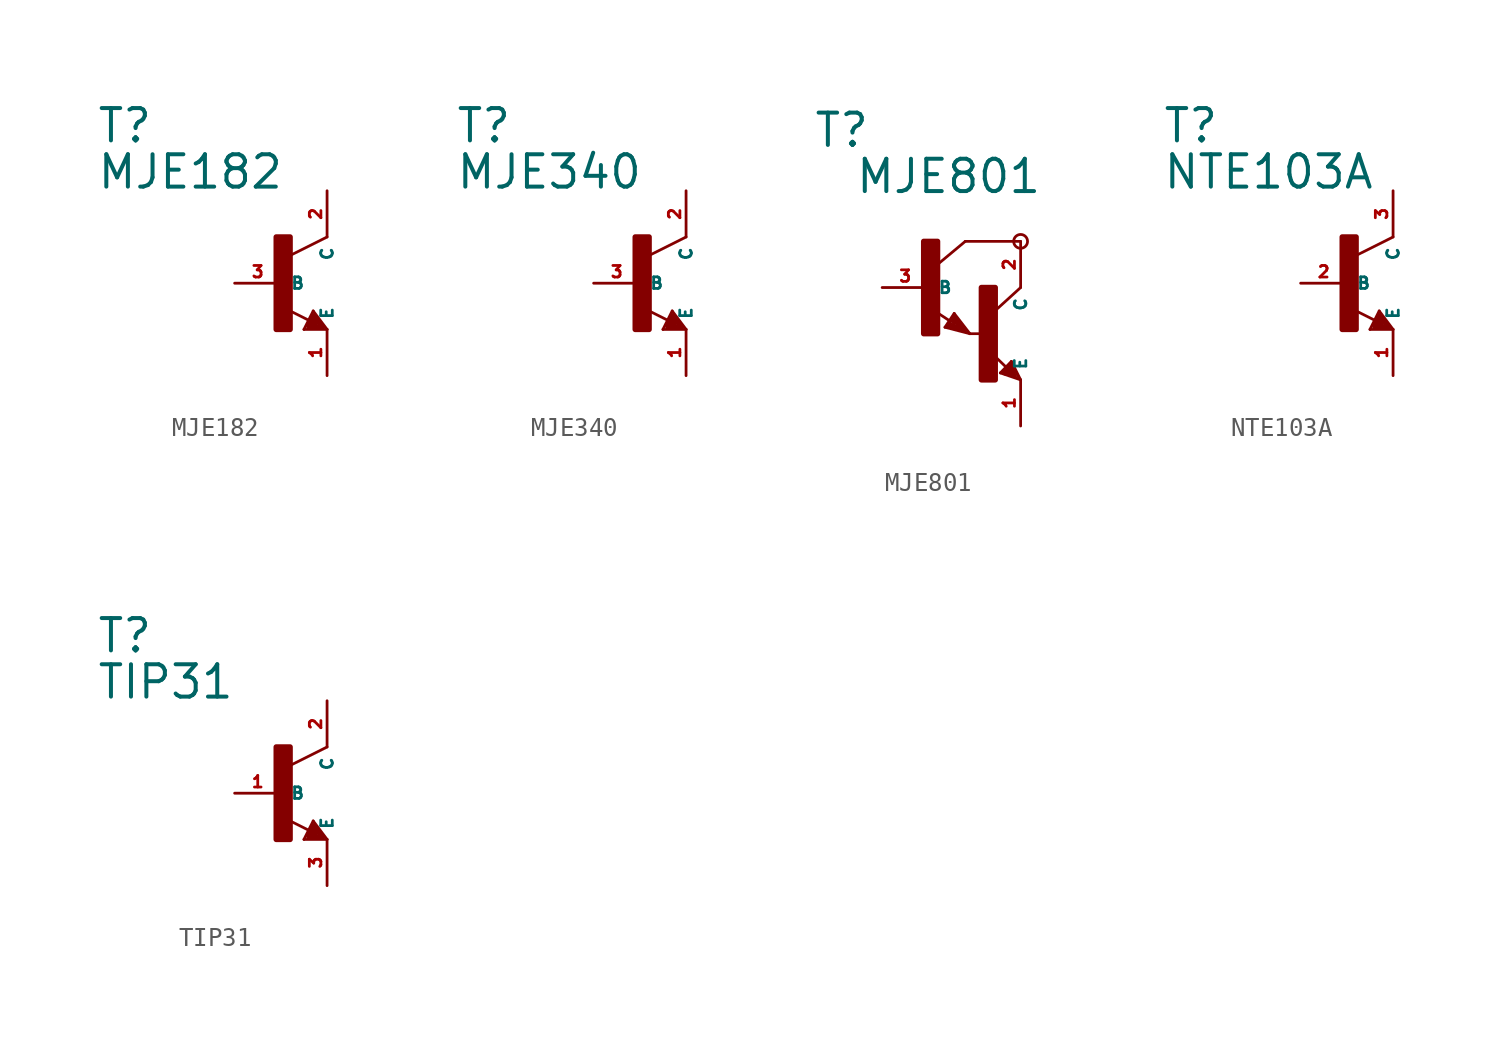
<source format=kicad_sym>
(kicad_symbol_lib
  (version 20220914)
  (generator Eagle2Kicad)
  (symbol "MJE182"
    (property "Reference" "T"
      (at -10.16 7.62 0)
      (effects (font (size 1.778 1.778) (thickness 0.22)) (justify left bottom)))
    (property "Value" "MJE182"
      (at -10.16 5.08 0)
      (effects (font (size 1.778 1.778) (thickness 0.22)) (justify left bottom)))
    (polyline
      (pts (xy 2.54 2.54) (xy 0.508 1.524))
      (stroke (width 0.152) (type default))
      (fill (type none)))
    (polyline
      (pts (xy 1.778 -1.524) (xy 2.54 -2.54))
      (stroke (width 0.152) (type default))
      (fill (type none)))
    (polyline
      (pts (xy 2.54 -2.54) (xy 1.27 -2.54))
      (stroke (width 0.152) (type default))
      (fill (type none)))
    (polyline
      (pts (xy 1.27 -2.54) (xy 1.778 -1.524))
      (stroke (width 0.152) (type default))
      (fill (type none)))
    (polyline
      (pts (xy 1.54 -2.04) (xy 0.308 -1.424))
      (stroke (width 0.152) (type default))
      (fill (type none)))
    (polyline
      (pts (xy 1.524 -2.413) (xy 2.286 -2.413))
      (stroke (width 0.254) (type default))
      (fill (type none)))
    (polyline
      (pts (xy 2.286 -2.413) (xy 1.778 -1.778))
      (stroke (width 0.254) (type default))
      (fill (type none)))
    (polyline
      (pts (xy 1.778 -1.778) (xy 1.524 -2.286))
      (stroke (width 0.254) (type default))
      (fill (type none)))
    (polyline
      (pts (xy 1.524 -2.286) (xy 1.905 -2.286))
      (stroke (width 0.254) (type default))
      (fill (type none)))
    (polyline
      (pts (xy 1.905 -2.286) (xy 1.778 -2.032))
      (stroke (width 0.254) (type default))
      (fill (type none)))
    (rectangle
      (start -0.254 -2.54)
      (end 0.508 2.54)
      (stroke (width 0.3) (type default))
      (fill (type outline)))
    (pin passive line
      (at -2.54 0 0)
      (length 2.54)
      (name "B" (effects (font (size 0.635 0.635) (thickness 0.08)) (justify left bottom)))
      (number "3" (effects (font (size 0.635 0.635) (thickness 0.08)) (justify left bottom))))
    (pin passive line
      (at 2.54 -5.08 90)
      (length 2.54)
      (name "E" (effects (font (size 0.635 0.635) (thickness 0.08)) (justify left bottom)))
      (number "1" (effects (font (size 0.635 0.635) (thickness 0.08)) (justify left bottom))))
    (pin passive line
      (at 2.54 5.08 270)
      (length 2.54)
      (name "C" (effects (font (size 0.635 0.635) (thickness 0.08)) (justify left bottom)))
      (number "2" (effects (font (size 0.635 0.635) (thickness 0.08)) (justify left bottom)))))
  (symbol "MJE340"
    (property "Reference" "T"
      (at -10.16 7.62 0)
      (effects (font (size 1.778 1.778) (thickness 0.22)) (justify left bottom)))
    (property "Value" "MJE340"
      (at -10.16 5.08 0)
      (effects (font (size 1.778 1.778) (thickness 0.22)) (justify left bottom)))
    (polyline
      (pts (xy 2.54 2.54) (xy 0.508 1.524))
      (stroke (width 0.152) (type default))
      (fill (type none)))
    (polyline
      (pts (xy 1.778 -1.524) (xy 2.54 -2.54))
      (stroke (width 0.152) (type default))
      (fill (type none)))
    (polyline
      (pts (xy 2.54 -2.54) (xy 1.27 -2.54))
      (stroke (width 0.152) (type default))
      (fill (type none)))
    (polyline
      (pts (xy 1.27 -2.54) (xy 1.778 -1.524))
      (stroke (width 0.152) (type default))
      (fill (type none)))
    (polyline
      (pts (xy 1.54 -2.04) (xy 0.308 -1.424))
      (stroke (width 0.152) (type default))
      (fill (type none)))
    (polyline
      (pts (xy 1.524 -2.413) (xy 2.286 -2.413))
      (stroke (width 0.254) (type default))
      (fill (type none)))
    (polyline
      (pts (xy 2.286 -2.413) (xy 1.778 -1.778))
      (stroke (width 0.254) (type default))
      (fill (type none)))
    (polyline
      (pts (xy 1.778 -1.778) (xy 1.524 -2.286))
      (stroke (width 0.254) (type default))
      (fill (type none)))
    (polyline
      (pts (xy 1.524 -2.286) (xy 1.905 -2.286))
      (stroke (width 0.254) (type default))
      (fill (type none)))
    (polyline
      (pts (xy 1.905 -2.286) (xy 1.778 -2.032))
      (stroke (width 0.254) (type default))
      (fill (type none)))
    (rectangle
      (start -0.254 -2.54)
      (end 0.508 2.54)
      (stroke (width 0.3) (type default))
      (fill (type outline)))
    (pin passive line
      (at -2.54 0 0)
      (length 2.54)
      (name "B" (effects (font (size 0.635 0.635) (thickness 0.08)) (justify left bottom)))
      (number "3" (effects (font (size 0.635 0.635) (thickness 0.08)) (justify left bottom))))
    (pin passive line
      (at 2.54 -5.08 90)
      (length 2.54)
      (name "E" (effects (font (size 0.635 0.635) (thickness 0.08)) (justify left bottom)))
      (number "1" (effects (font (size 0.635 0.635) (thickness 0.08)) (justify left bottom))))
    (pin passive line
      (at 2.54 5.08 270)
      (length 2.54)
      (name "C" (effects (font (size 0.635 0.635) (thickness 0.08)) (justify left bottom)))
      (number "2" (effects (font (size 0.635 0.635) (thickness 0.08)) (justify left bottom)))))
  (symbol "MJE801"
    (property "Reference" "T"
      (at -6.35 7.62 0)
      (effects (font (size 1.778 1.778) (thickness 0.22)) (justify left bottom)))
    (property "Value" "MJE801"
      (at -4.064 5.08 0)
      (effects (font (size 1.778 1.778) (thickness 0.22)) (justify left bottom)))
    (polyline
      (pts (xy 5.08 2.54) (xy 2.032 2.54))
      (stroke (width 0.152) (type default))
      (fill (type none)))
    (polyline
      (pts (xy 1.424 -1.424) (xy 2.286 -2.54))
      (stroke (width 0.152) (type default))
      (fill (type none)))
    (polyline
      (pts (xy 2.921 -2.54) (xy 2.286 -2.54))
      (stroke (width 0.152) (type default))
      (fill (type none)))
    (polyline
      (pts (xy 0.916 -2.186) (xy 1.424 -1.424))
      (stroke (width 0.152) (type default))
      (fill (type none)))
    (polyline
      (pts (xy 2.286 -2.54) (xy 0.916 -2.186))
      (stroke (width 0.152) (type default))
      (fill (type none)))
    (polyline
      (pts (xy 2.032 2.54) (xy 0.508 1.27))
      (stroke (width 0.152) (type default))
      (fill (type none)))
    (polyline
      (pts (xy 5.08 0) (xy 3.683 -1.27))
      (stroke (width 0.152) (type default))
      (fill (type none)))
    (polyline
      (pts (xy 5.08 -5.08) (xy 3.964 -4.699))
      (stroke (width 0.152) (type default))
      (fill (type none)))
    (polyline
      (pts (xy 4.572 -4.064) (xy 5.08 -5.08))
      (stroke (width 0.152) (type default))
      (fill (type none)))
    (polyline
      (pts (xy 3.964 -4.699) (xy 4.572 -4.064))
      (stroke (width 0.152) (type default))
      (fill (type none)))
    (polyline
      (pts (xy 1.186 -1.84) (xy 0.208 -1.197))
      (stroke (width 0.152) (type default))
      (fill (type none)))
    (polyline
      (pts (xy 4.28 -4.38) (xy 3.483 -3.61))
      (stroke (width 0.152) (type default))
      (fill (type none)))
    (polyline
      (pts (xy 2.159 -2.413) (xy 1.397 -1.524))
      (stroke (width 0.127) (type default))
      (fill (type none)))
    (polyline
      (pts (xy 1.397 -1.524) (xy 1.016 -2.159))
      (stroke (width 0.127) (type default))
      (fill (type none)))
    (polyline
      (pts (xy 1.016 -2.159) (xy 2.032 -2.413))
      (stroke (width 0.127) (type default))
      (fill (type none)))
    (polyline
      (pts (xy 2.032 -2.413) (xy 1.397 -1.651))
      (stroke (width 0.127) (type default))
      (fill (type none)))
    (polyline
      (pts (xy 1.397 -1.651) (xy 1.143 -2.032))
      (stroke (width 0.127) (type default))
      (fill (type none)))
    (polyline
      (pts (xy 1.143 -2.032) (xy 1.905 -2.286))
      (stroke (width 0.254) (type default))
      (fill (type none)))
    (polyline
      (pts (xy 1.905 -2.286) (xy 1.397 -1.778))
      (stroke (width 0.254) (type default))
      (fill (type none)))
    (polyline
      (pts (xy 1.397 -1.778) (xy 1.397 -1.905))
      (stroke (width 0.254) (type default))
      (fill (type none)))
    (polyline
      (pts (xy 4.953 -4.953) (xy 4.572 -4.191))
      (stroke (width 0.127) (type default))
      (fill (type none)))
    (polyline
      (pts (xy 4.572 -4.191) (xy 4.064 -4.699))
      (stroke (width 0.127) (type default))
      (fill (type none)))
    (polyline
      (pts (xy 4.064 -4.699) (xy 4.826 -4.953))
      (stroke (width 0.127) (type default))
      (fill (type none)))
    (polyline
      (pts (xy 4.826 -4.953) (xy 4.572 -4.318))
      (stroke (width 0.127) (type default))
      (fill (type none)))
    (polyline
      (pts (xy 4.572 -4.318) (xy 4.191 -4.699))
      (stroke (width 0.254) (type default))
      (fill (type none)))
    (polyline
      (pts (xy 4.191 -4.699) (xy 4.699 -4.826))
      (stroke (width 0.254) (type default))
      (fill (type none)))
    (polyline
      (pts (xy 4.699 -4.826) (xy 4.572 -4.572))
      (stroke (width 0.254) (type default))
      (fill (type none)))
    (polyline
      (pts (xy 4.572 -4.572) (xy 4.445 -4.572))
      (stroke (width 0.254) (type default))
      (fill (type none)))
    (circle
      (center 5.08 2.54)
      (radius 0.381)
      (stroke (width 0) (type default))
      (fill (type none)))
    (rectangle
      (start -0.254 -2.54)
      (end 0.508 2.54)
      (stroke (width 0.3) (type default))
      (fill (type outline)))
    (rectangle
      (start 2.921 -5.08)
      (end 3.683 0)
      (stroke (width 0.3) (type default))
      (fill (type outline)))
    (pin passive line
      (at -2.54 0 0)
      (length 2.54)
      (name "B" (effects (font (size 0.635 0.635) (thickness 0.08)) (justify left bottom)))
      (number "3" (effects (font (size 0.635 0.635) (thickness 0.08)) (justify left bottom))))
    (pin passive line
      (at 5.08 -7.62 90)
      (length 2.54)
      (name "E" (effects (font (size 0.635 0.635) (thickness 0.08)) (justify left bottom)))
      (number "1" (effects (font (size 0.635 0.635) (thickness 0.08)) (justify left bottom))))
    (pin passive line
      (at 5.08 2.54 270)
      (length 2.54)
      (name "C" (effects (font (size 0.635 0.635) (thickness 0.08)) (justify left bottom)))
      (number "2" (effects (font (size 0.635 0.635) (thickness 0.08)) (justify left bottom)))))
  (symbol "NTE103A"
    (property "Reference" "T"
      (at -10.16 7.62 0)
      (effects (font (size 1.778 1.778) (thickness 0.22)) (justify left bottom)))
    (property "Value" "NTE103A"
      (at -10.16 5.08 0)
      (effects (font (size 1.778 1.778) (thickness 0.22)) (justify left bottom)))
    (polyline
      (pts (xy 2.54 2.54) (xy 0.508 1.524))
      (stroke (width 0.152) (type default))
      (fill (type none)))
    (polyline
      (pts (xy 1.778 -1.524) (xy 2.54 -2.54))
      (stroke (width 0.152) (type default))
      (fill (type none)))
    (polyline
      (pts (xy 2.54 -2.54) (xy 1.27 -2.54))
      (stroke (width 0.152) (type default))
      (fill (type none)))
    (polyline
      (pts (xy 1.27 -2.54) (xy 1.778 -1.524))
      (stroke (width 0.152) (type default))
      (fill (type none)))
    (polyline
      (pts (xy 1.54 -2.04) (xy 0.308 -1.424))
      (stroke (width 0.152) (type default))
      (fill (type none)))
    (polyline
      (pts (xy 1.524 -2.413) (xy 2.286 -2.413))
      (stroke (width 0.254) (type default))
      (fill (type none)))
    (polyline
      (pts (xy 2.286 -2.413) (xy 1.778 -1.778))
      (stroke (width 0.254) (type default))
      (fill (type none)))
    (polyline
      (pts (xy 1.778 -1.778) (xy 1.524 -2.286))
      (stroke (width 0.254) (type default))
      (fill (type none)))
    (polyline
      (pts (xy 1.524 -2.286) (xy 1.905 -2.286))
      (stroke (width 0.254) (type default))
      (fill (type none)))
    (polyline
      (pts (xy 1.905 -2.286) (xy 1.778 -2.032))
      (stroke (width 0.254) (type default))
      (fill (type none)))
    (rectangle
      (start -0.254 -2.54)
      (end 0.508 2.54)
      (stroke (width 0.3) (type default))
      (fill (type outline)))
    (pin passive line
      (at -2.54 0 0)
      (length 2.54)
      (name "B" (effects (font (size 0.635 0.635) (thickness 0.08)) (justify left bottom)))
      (number "2" (effects (font (size 0.635 0.635) (thickness 0.08)) (justify left bottom))))
    (pin passive line
      (at 2.54 -5.08 90)
      (length 2.54)
      (name "E" (effects (font (size 0.635 0.635) (thickness 0.08)) (justify left bottom)))
      (number "1" (effects (font (size 0.635 0.635) (thickness 0.08)) (justify left bottom))))
    (pin passive line
      (at 2.54 5.08 270)
      (length 2.54)
      (name "C" (effects (font (size 0.635 0.635) (thickness 0.08)) (justify left bottom)))
      (number "3" (effects (font (size 0.635 0.635) (thickness 0.08)) (justify left bottom)))))
  (symbol "TIP31"
    (property "Reference" "T"
      (at -10.16 7.62 0)
      (effects (font (size 1.778 1.778) (thickness 0.22)) (justify left bottom)))
    (property "Value" "TIP31"
      (at -10.16 5.08 0)
      (effects (font (size 1.778 1.778) (thickness 0.22)) (justify left bottom)))
    (polyline
      (pts (xy 2.54 2.54) (xy 0.508 1.524))
      (stroke (width 0.152) (type default))
      (fill (type none)))
    (polyline
      (pts (xy 1.778 -1.524) (xy 2.54 -2.54))
      (stroke (width 0.152) (type default))
      (fill (type none)))
    (polyline
      (pts (xy 2.54 -2.54) (xy 1.27 -2.54))
      (stroke (width 0.152) (type default))
      (fill (type none)))
    (polyline
      (pts (xy 1.27 -2.54) (xy 1.778 -1.524))
      (stroke (width 0.152) (type default))
      (fill (type none)))
    (polyline
      (pts (xy 1.54 -2.04) (xy 0.308 -1.424))
      (stroke (width 0.152) (type default))
      (fill (type none)))
    (polyline
      (pts (xy 1.524 -2.413) (xy 2.286 -2.413))
      (stroke (width 0.254) (type default))
      (fill (type none)))
    (polyline
      (pts (xy 2.286 -2.413) (xy 1.778 -1.778))
      (stroke (width 0.254) (type default))
      (fill (type none)))
    (polyline
      (pts (xy 1.778 -1.778) (xy 1.524 -2.286))
      (stroke (width 0.254) (type default))
      (fill (type none)))
    (polyline
      (pts (xy 1.524 -2.286) (xy 1.905 -2.286))
      (stroke (width 0.254) (type default))
      (fill (type none)))
    (polyline
      (pts (xy 1.905 -2.286) (xy 1.778 -2.032))
      (stroke (width 0.254) (type default))
      (fill (type none)))
    (rectangle
      (start -0.254 -2.54)
      (end 0.508 2.54)
      (stroke (width 0.3) (type default))
      (fill (type outline)))
    (pin passive line
      (at -2.54 0 0)
      (length 2.54)
      (name "B" (effects (font (size 0.635 0.635) (thickness 0.08)) (justify left bottom)))
      (number "1" (effects (font (size 0.635 0.635) (thickness 0.08)) (justify left bottom))))
    (pin passive line
      (at 2.54 -5.08 90)
      (length 2.54)
      (name "E" (effects (font (size 0.635 0.635) (thickness 0.08)) (justify left bottom)))
      (number "3" (effects (font (size 0.635 0.635) (thickness 0.08)) (justify left bottom))))
    (pin passive line
      (at 2.54 5.08 270)
      (length 2.54)
      (name "C" (effects (font (size 0.635 0.635) (thickness 0.08)) (justify left bottom)))
      (number "2" (effects (font (size 0.635 0.635) (thickness 0.08)) (justify left bottom))))))
</source>
